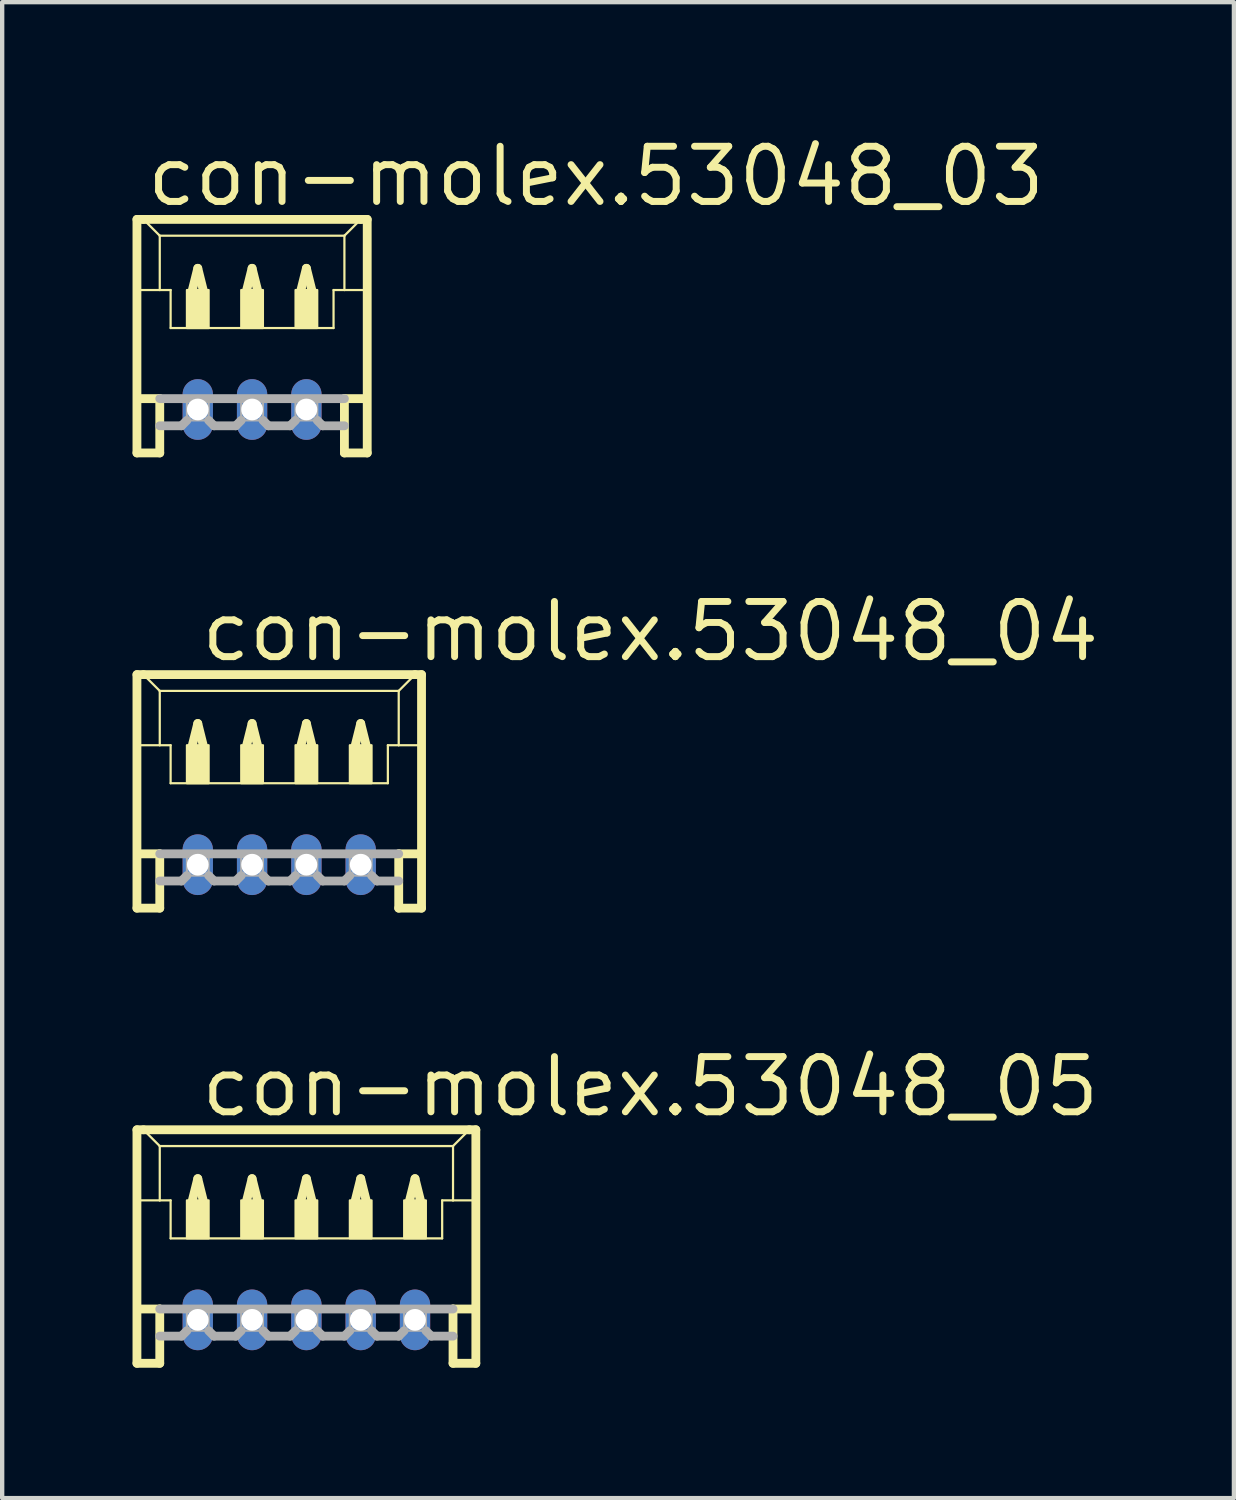
<source format=kicad_pcb>
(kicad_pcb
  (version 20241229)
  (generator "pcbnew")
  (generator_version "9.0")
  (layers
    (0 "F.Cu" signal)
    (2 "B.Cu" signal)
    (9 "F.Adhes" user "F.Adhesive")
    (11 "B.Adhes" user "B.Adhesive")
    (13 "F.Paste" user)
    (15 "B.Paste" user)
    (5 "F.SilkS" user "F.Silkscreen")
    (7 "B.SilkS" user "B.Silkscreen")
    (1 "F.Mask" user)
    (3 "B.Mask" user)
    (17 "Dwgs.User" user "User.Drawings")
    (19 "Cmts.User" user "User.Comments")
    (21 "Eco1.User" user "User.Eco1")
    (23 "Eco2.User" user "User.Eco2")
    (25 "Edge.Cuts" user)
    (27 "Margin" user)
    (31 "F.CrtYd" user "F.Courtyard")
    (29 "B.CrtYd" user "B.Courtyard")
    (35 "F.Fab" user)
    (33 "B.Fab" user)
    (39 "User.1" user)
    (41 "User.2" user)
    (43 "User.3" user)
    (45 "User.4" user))
  (footprint "con-molex.53048_03"
    (layer "F.Cu")
    (at 2.752 5.125)
    (property "Reference" "con-molex.53048_03" (at -2.5 -3.375 0) (layer "F.SilkS") (effects (font (size 1.27 1.27) (thickness 0.16)) (justify left bottom)))
    (attr through_hole)
    (fp_line (start -2.65 -3.125) (end -2.65 2.25) (stroke (width 0.203) (type default)) (layer "F.SilkS"))
    (fp_line (start -2.65 2.25) (end -2.125 2.25) (stroke (width 0.203) (type default)) (layer "F.SilkS"))
    (fp_line (start -2.625 -1.5) (end -2.125 -1.5) (stroke (width 0.051) (type default)) (layer "F.SilkS"))
    (fp_line (start -2.625 1) (end -2.125 1) (stroke (width 0.203) (type default)) (layer "F.SilkS"))
    (fp_line (start -2.5 -3.125) (end -2.65 -3.125) (stroke (width 0.203) (type default)) (layer "F.SilkS"))
    (fp_line (start -2.125 -2.75) (end -2.5 -3.125) (stroke (width 0.051) (type default)) (layer "F.SilkS"))
    (fp_line (start -2.125 -2.75) (end 2.125 -2.75) (stroke (width 0.051) (type default)) (layer "F.SilkS"))
    (fp_line (start -2.125 -1.5) (end -2.125 -2.75) (stroke (width 0.051) (type default)) (layer "F.SilkS"))
    (fp_line (start -2.125 -1.5) (end -1.875 -1.5) (stroke (width 0.051) (type default)) (layer "F.SilkS"))
    (fp_line (start -2.125 1) (end -2.125 2.25) (stroke (width 0.203) (type default)) (layer "F.SilkS"))
    (fp_line (start -1.875 -1.5) (end -1.875 -0.625) (stroke (width 0.051) (type default)) (layer "F.SilkS"))
    (fp_line (start -1.875 -0.625) (end 1.875 -0.625) (stroke (width 0.051) (type default)) (layer "F.SilkS"))
    (fp_line (start -1.375 -1.5) (end -1.25 -2) (stroke (width 0.203) (type default)) (layer "F.SilkS"))
    (fp_line (start -1.25 -2) (end -1.125 -1.5) (stroke (width 0.203) (type default)) (layer "F.SilkS"))
    (fp_line (start -0.125 -1.5) (end 0 -2) (stroke (width 0.203) (type default)) (layer "F.SilkS"))
    (fp_line (start 0 -2) (end 0.125 -1.5) (stroke (width 0.203) (type default)) (layer "F.SilkS"))
    (fp_line (start 1.125 -1.5) (end 1.25 -2) (stroke (width 0.203) (type default)) (layer "F.SilkS"))
    (fp_line (start 1.25 -2) (end 1.375 -1.5) (stroke (width 0.203) (type default)) (layer "F.SilkS"))
    (fp_line (start 1.875 -1.5) (end 1.875 -0.625) (stroke (width 0.051) (type default)) (layer "F.SilkS"))
    (fp_line (start 1.875 -1.5) (end 2.125 -1.5) (stroke (width 0.051) (type default)) (layer "F.SilkS"))
    (fp_line (start 2.125 -2.75) (end 2.125 -1.5) (stroke (width 0.051) (type default)) (layer "F.SilkS"))
    (fp_line (start 2.125 -2.75) (end 2.5 -3.125) (stroke (width 0.051) (type default)) (layer "F.SilkS"))
    (fp_line (start 2.125 -1.5) (end 2.625 -1.5) (stroke (width 0.051) (type default)) (layer "F.SilkS"))
    (fp_line (start 2.125 1) (end 2.125 2.25) (stroke (width 0.203) (type default)) (layer "F.SilkS"))
    (fp_line (start 2.125 1) (end 2.625 1) (stroke (width 0.203) (type default)) (layer "F.SilkS"))
    (fp_line (start 2.125 2.25) (end 2.65 2.25) (stroke (width 0.203) (type default)) (layer "F.SilkS"))
    (fp_line (start 2.5 -3.125) (end -2.5 -3.125) (stroke (width 0.203) (type default)) (layer "F.SilkS"))
    (fp_line (start 2.65 -3.125) (end 2.5 -3.125) (stroke (width 0.203) (type default)) (layer "F.SilkS"))
    (fp_line (start 2.65 2.25) (end 2.65 -3.125) (stroke (width 0.203) (type default)) (layer "F.SilkS"))
    (fp_rect (start -1.5 -0.625) (end -1 -1.5) (stroke (width 0.05) (type default)) (fill yes) (layer "F.SilkS"))
    (fp_rect (start -0.25 -0.625) (end 0.25 -1.5) (stroke (width 0.05) (type default)) (fill yes) (layer "F.SilkS"))
    (fp_rect (start 1 -0.625) (end 1.5 -1.5) (stroke (width 0.05) (type default)) (fill yes) (layer "F.SilkS"))
    (fp_line (start -2.125 1) (end 2.125 1) (stroke (width 0.203) (type default)) (layer "F.Fab"))
    (fp_line (start -1.625 1.625) (end -2.125 1.625) (stroke (width 0.203) (type default)) (layer "F.Fab"))
    (fp_line (start -1.5 1.5) (end -1.625 1.625) (stroke (width 0.203) (type default)) (layer "F.Fab"))
    (fp_line (start -1 1.5) (end -0.875 1.625) (stroke (width 0.203) (type default)) (layer "F.Fab"))
    (fp_line (start -0.375 1.625) (end -0.875 1.625) (stroke (width 0.203) (type default)) (layer "F.Fab"))
    (fp_line (start -0.25 1.5) (end -0.375 1.625) (stroke (width 0.203) (type default)) (layer "F.Fab"))
    (fp_line (start 0.25 1.5) (end 0.375 1.625) (stroke (width 0.203) (type default)) (layer "F.Fab"))
    (fp_line (start 0.875 1.625) (end 0.375 1.625) (stroke (width 0.203) (type default)) (layer "F.Fab"))
    (fp_line (start 1 1.5) (end 0.875 1.625) (stroke (width 0.203) (type default)) (layer "F.Fab"))
    (fp_line (start 1.5 1.5) (end 1.625 1.625) (stroke (width 0.203) (type default)) (layer "F.Fab"))
    (fp_line (start 2.125 1.625) (end 1.625 1.625) (stroke (width 0.203) (type default)) (layer "F.Fab"))
    (fp_rect (start -1.5 1.5) (end -1 1) (stroke (width 0.05) (type default)) (fill no) (layer "F.Fab"))
    (fp_rect (start -0.25 1.5) (end 0.25 1) (stroke (width 0.05) (type default)) (fill no) (layer "F.Fab"))
    (fp_rect (start 1 1.5) (end 1.5 1) (stroke (width 0.05) (type default)) (fill no) (layer "F.Fab"))
    (pad "1" thru_hole oval (at 1.25 1.25 90) (size 1.397 0.698) (drill 0.5) (layers "*.Cu" "*.Mask"))
    (pad "2" thru_hole oval (at 0 1.25 90) (size 1.397 0.698) (drill 0.5) (layers "*.Cu" "*.Mask"))
    (pad "3" thru_hole oval (at -1.25 1.25 90) (size 1.397 0.698) (drill 0.5) (layers "*.Cu" "*.Mask")))
  (footprint "con-molex.53048_04"
    (layer "F.Cu")
    (at 3.377 15.602)
    (property "Reference" "con-molex.53048_04" (at -1.875 -3.375 0) (layer "F.SilkS") (effects (font (size 1.27 1.27) (thickness 0.16)) (justify left bottom)))
    (attr through_hole)
    (fp_line (start -3.275 -3.125) (end -3.275 2.25) (stroke (width 0.203) (type default)) (layer "F.SilkS"))
    (fp_line (start -3.275 2.25) (end -2.75 2.25) (stroke (width 0.203) (type default)) (layer "F.SilkS"))
    (fp_line (start -3.25 -1.5) (end -2.75 -1.5) (stroke (width 0.051) (type default)) (layer "F.SilkS"))
    (fp_line (start -3.25 1) (end -2.75 1) (stroke (width 0.203) (type default)) (layer "F.SilkS"))
    (fp_line (start -3.125 -3.125) (end -3.275 -3.125) (stroke (width 0.203) (type default)) (layer "F.SilkS"))
    (fp_line (start -2.75 -2.75) (end -3.125 -3.125) (stroke (width 0.051) (type default)) (layer "F.SilkS"))
    (fp_line (start -2.75 -2.75) (end 2.75 -2.75) (stroke (width 0.051) (type default)) (layer "F.SilkS"))
    (fp_line (start -2.75 -1.5) (end -2.75 -2.75) (stroke (width 0.051) (type default)) (layer "F.SilkS"))
    (fp_line (start -2.75 -1.5) (end -2.5 -1.5) (stroke (width 0.051) (type default)) (layer "F.SilkS"))
    (fp_line (start -2.75 1) (end -2.75 2.25) (stroke (width 0.203) (type default)) (layer "F.SilkS"))
    (fp_line (start -2.5 -1.5) (end -2.5 -0.625) (stroke (width 0.051) (type default)) (layer "F.SilkS"))
    (fp_line (start -2.5 -0.625) (end 2.5 -0.625) (stroke (width 0.051) (type default)) (layer "F.SilkS"))
    (fp_line (start -2 -1.5) (end -1.875 -2) (stroke (width 0.203) (type default)) (layer "F.SilkS"))
    (fp_line (start -1.875 -2) (end -1.75 -1.5) (stroke (width 0.203) (type default)) (layer "F.SilkS"))
    (fp_line (start -0.75 -1.5) (end -0.625 -2) (stroke (width 0.203) (type default)) (layer "F.SilkS"))
    (fp_line (start -0.625 -2) (end -0.5 -1.5) (stroke (width 0.203) (type default)) (layer "F.SilkS"))
    (fp_line (start 0.5 -1.5) (end 0.625 -2) (stroke (width 0.203) (type default)) (layer "F.SilkS"))
    (fp_line (start 0.625 -2) (end 0.75 -1.5) (stroke (width 0.203) (type default)) (layer "F.SilkS"))
    (fp_line (start 1.75 -1.5) (end 1.875 -2) (stroke (width 0.203) (type default)) (layer "F.SilkS"))
    (fp_line (start 1.875 -2) (end 2 -1.5) (stroke (width 0.203) (type default)) (layer "F.SilkS"))
    (fp_line (start 2.5 -1.5) (end 2.5 -0.625) (stroke (width 0.051) (type default)) (layer "F.SilkS"))
    (fp_line (start 2.5 -1.5) (end 2.75 -1.5) (stroke (width 0.051) (type default)) (layer "F.SilkS"))
    (fp_line (start 2.75 -2.75) (end 2.75 -1.5) (stroke (width 0.051) (type default)) (layer "F.SilkS"))
    (fp_line (start 2.75 -2.75) (end 3.125 -3.125) (stroke (width 0.051) (type default)) (layer "F.SilkS"))
    (fp_line (start 2.75 -1.5) (end 3.25 -1.5) (stroke (width 0.051) (type default)) (layer "F.SilkS"))
    (fp_line (start 2.75 1) (end 2.75 2.25) (stroke (width 0.203) (type default)) (layer "F.SilkS"))
    (fp_line (start 2.75 1) (end 3.25 1) (stroke (width 0.203) (type default)) (layer "F.SilkS"))
    (fp_line (start 2.75 2.25) (end 3.275 2.25) (stroke (width 0.203) (type default)) (layer "F.SilkS"))
    (fp_line (start 3.125 -3.125) (end -3.125 -3.125) (stroke (width 0.203) (type default)) (layer "F.SilkS"))
    (fp_line (start 3.275 -3.125) (end 3.125 -3.125) (stroke (width 0.203) (type default)) (layer "F.SilkS"))
    (fp_line (start 3.275 2.25) (end 3.275 -3.125) (stroke (width 0.203) (type default)) (layer "F.SilkS"))
    (fp_rect (start -2.125 -0.625) (end -1.625 -1.5) (stroke (width 0.05) (type default)) (fill yes) (layer "F.SilkS"))
    (fp_rect (start -0.875 -0.625) (end -0.375 -1.5) (stroke (width 0.05) (type default)) (fill yes) (layer "F.SilkS"))
    (fp_rect (start 0.375 -0.625) (end 0.875 -1.5) (stroke (width 0.05) (type default)) (fill yes) (layer "F.SilkS"))
    (fp_rect (start 1.625 -0.625) (end 2.125 -1.5) (stroke (width 0.05) (type default)) (fill yes) (layer "F.SilkS"))
    (fp_line (start -2.75 1) (end 2.75 1) (stroke (width 0.203) (type default)) (layer "F.Fab"))
    (fp_line (start -2.25 1.625) (end -2.75 1.625) (stroke (width 0.203) (type default)) (layer "F.Fab"))
    (fp_line (start -2.125 1.5) (end -2.25 1.625) (stroke (width 0.203) (type default)) (layer "F.Fab"))
    (fp_line (start -1.625 1.5) (end -1.5 1.625) (stroke (width 0.203) (type default)) (layer "F.Fab"))
    (fp_line (start -1 1.625) (end -1.5 1.625) (stroke (width 0.203) (type default)) (layer "F.Fab"))
    (fp_line (start -0.875 1.5) (end -1 1.625) (stroke (width 0.203) (type default)) (layer "F.Fab"))
    (fp_line (start -0.375 1.5) (end -0.25 1.625) (stroke (width 0.203) (type default)) (layer "F.Fab"))
    (fp_line (start 0.25 1.625) (end -0.25 1.625) (stroke (width 0.203) (type default)) (layer "F.Fab"))
    (fp_line (start 0.375 1.5) (end 0.25 1.625) (stroke (width 0.203) (type default)) (layer "F.Fab"))
    (fp_line (start 0.875 1.5) (end 1 1.625) (stroke (width 0.203) (type default)) (layer "F.Fab"))
    (fp_line (start 1.5 1.625) (end 1 1.625) (stroke (width 0.203) (type default)) (layer "F.Fab"))
    (fp_line (start 1.625 1.5) (end 1.5 1.625) (stroke (width 0.203) (type default)) (layer "F.Fab"))
    (fp_line (start 2.125 1.5) (end 2.25 1.625) (stroke (width 0.203) (type default)) (layer "F.Fab"))
    (fp_line (start 2.75 1.625) (end 2.25 1.625) (stroke (width 0.203) (type default)) (layer "F.Fab"))
    (fp_rect (start -2.125 1.5) (end -1.625 1) (stroke (width 0.05) (type default)) (fill no) (layer "F.Fab"))
    (fp_rect (start -0.875 1.5) (end -0.375 1) (stroke (width 0.05) (type default)) (fill no) (layer "F.Fab"))
    (fp_rect (start 0.375 1.5) (end 0.875 1) (stroke (width 0.05) (type default)) (fill no) (layer "F.Fab"))
    (fp_rect (start 1.625 1.5) (end 2.125 1) (stroke (width 0.05) (type default)) (fill no) (layer "F.Fab"))
    (pad "1" thru_hole oval (at 1.875 1.25 90) (size 1.397 0.698) (drill 0.5) (layers "*.Cu" "*.Mask"))
    (pad "2" thru_hole oval (at 0.625 1.25 90) (size 1.397 0.698) (drill 0.5) (layers "*.Cu" "*.Mask"))
    (pad "3" thru_hole oval (at -0.625 1.25 90) (size 1.397 0.698) (drill 0.5) (layers "*.Cu" "*.Mask"))
    (pad "4" thru_hole oval (at -1.875 1.25 90) (size 1.397 0.698) (drill 0.5) (layers "*.Cu" "*.Mask")))
  (footprint "con-molex.53048_05"
    (layer "F.Cu")
    (at 4.002 26.078)
    (property "Reference" "con-molex.53048_05" (at -2.5 -3.375 0) (layer "F.SilkS") (effects (font (size 1.27 1.27) (thickness 0.16)) (justify left bottom)))
    (attr through_hole)
    (fp_line (start -3.9 -3.125) (end -3.9 2.25) (stroke (width 0.203) (type default)) (layer "F.SilkS"))
    (fp_line (start -3.9 2.25) (end -3.375 2.25) (stroke (width 0.203) (type default)) (layer "F.SilkS"))
    (fp_line (start -3.875 -1.5) (end -3.375 -1.5) (stroke (width 0.051) (type default)) (layer "F.SilkS"))
    (fp_line (start -3.875 1) (end -3.375 1) (stroke (width 0.203) (type default)) (layer "F.SilkS"))
    (fp_line (start -3.75 -3.125) (end -3.9 -3.125) (stroke (width 0.203) (type default)) (layer "F.SilkS"))
    (fp_line (start -3.375 -2.75) (end -3.75 -3.125) (stroke (width 0.051) (type default)) (layer "F.SilkS"))
    (fp_line (start -3.375 -2.75) (end 3.375 -2.75) (stroke (width 0.051) (type default)) (layer "F.SilkS"))
    (fp_line (start -3.375 -1.5) (end -3.375 -2.75) (stroke (width 0.051) (type default)) (layer "F.SilkS"))
    (fp_line (start -3.375 -1.5) (end -3.125 -1.5) (stroke (width 0.051) (type default)) (layer "F.SilkS"))
    (fp_line (start -3.375 1) (end -3.375 2.25) (stroke (width 0.203) (type default)) (layer "F.SilkS"))
    (fp_line (start -3.125 -1.5) (end -3.125 -0.625) (stroke (width 0.051) (type default)) (layer "F.SilkS"))
    (fp_line (start -3.125 -0.625) (end 3.125 -0.625) (stroke (width 0.051) (type default)) (layer "F.SilkS"))
    (fp_line (start -2.625 -1.5) (end -2.5 -2) (stroke (width 0.203) (type default)) (layer "F.SilkS"))
    (fp_line (start -2.5 -2) (end -2.375 -1.5) (stroke (width 0.203) (type default)) (layer "F.SilkS"))
    (fp_line (start -1.375 -1.5) (end -1.25 -2) (stroke (width 0.203) (type default)) (layer "F.SilkS"))
    (fp_line (start -1.25 -2) (end -1.125 -1.5) (stroke (width 0.203) (type default)) (layer "F.SilkS"))
    (fp_line (start -0.125 -1.5) (end 0 -2) (stroke (width 0.203) (type default)) (layer "F.SilkS"))
    (fp_line (start 0 -2) (end 0.125 -1.5) (stroke (width 0.203) (type default)) (layer "F.SilkS"))
    (fp_line (start 1.125 -1.5) (end 1.25 -2) (stroke (width 0.203) (type default)) (layer "F.SilkS"))
    (fp_line (start 1.25 -2) (end 1.375 -1.5) (stroke (width 0.203) (type default)) (layer "F.SilkS"))
    (fp_line (start 2.375 -1.5) (end 2.5 -2) (stroke (width 0.203) (type default)) (layer "F.SilkS"))
    (fp_line (start 2.5 -2) (end 2.625 -1.5) (stroke (width 0.203) (type default)) (layer "F.SilkS"))
    (fp_line (start 3.125 -1.5) (end 3.125 -0.625) (stroke (width 0.051) (type default)) (layer "F.SilkS"))
    (fp_line (start 3.125 -1.5) (end 3.375 -1.5) (stroke (width 0.051) (type default)) (layer "F.SilkS"))
    (fp_line (start 3.375 -2.75) (end 3.375 -1.5) (stroke (width 0.051) (type default)) (layer "F.SilkS"))
    (fp_line (start 3.375 -2.75) (end 3.75 -3.125) (stroke (width 0.051) (type default)) (layer "F.SilkS"))
    (fp_line (start 3.375 -1.5) (end 3.875 -1.5) (stroke (width 0.051) (type default)) (layer "F.SilkS"))
    (fp_line (start 3.375 1) (end 3.375 2.25) (stroke (width 0.203) (type default)) (layer "F.SilkS"))
    (fp_line (start 3.375 1) (end 3.875 1) (stroke (width 0.203) (type default)) (layer "F.SilkS"))
    (fp_line (start 3.375 2.25) (end 3.9 2.25) (stroke (width 0.203) (type default)) (layer "F.SilkS"))
    (fp_line (start 3.75 -3.125) (end -3.75 -3.125) (stroke (width 0.203) (type default)) (layer "F.SilkS"))
    (fp_line (start 3.9 -3.125) (end 3.75 -3.125) (stroke (width 0.203) (type default)) (layer "F.SilkS"))
    (fp_line (start 3.9 2.25) (end 3.9 -3.125) (stroke (width 0.203) (type default)) (layer "F.SilkS"))
    (fp_rect (start -2.75 -0.625) (end -2.25 -1.5) (stroke (width 0.05) (type default)) (fill yes) (layer "F.SilkS"))
    (fp_rect (start -1.5 -0.625) (end -1 -1.5) (stroke (width 0.05) (type default)) (fill yes) (layer "F.SilkS"))
    (fp_rect (start -0.25 -0.625) (end 0.25 -1.5) (stroke (width 0.05) (type default)) (fill yes) (layer "F.SilkS"))
    (fp_rect (start 1 -0.625) (end 1.5 -1.5) (stroke (width 0.05) (type default)) (fill yes) (layer "F.SilkS"))
    (fp_rect (start 2.25 -0.625) (end 2.75 -1.5) (stroke (width 0.05) (type default)) (fill yes) (layer "F.SilkS"))
    (fp_line (start -3.375 1) (end 3.375 1) (stroke (width 0.203) (type default)) (layer "F.Fab"))
    (fp_line (start -2.875 1.625) (end -3.375 1.625) (stroke (width 0.203) (type default)) (layer "F.Fab"))
    (fp_line (start -2.75 1.5) (end -2.875 1.625) (stroke (width 0.203) (type default)) (layer "F.Fab"))
    (fp_line (start -2.25 1.5) (end -2.125 1.625) (stroke (width 0.203) (type default)) (layer "F.Fab"))
    (fp_line (start -1.625 1.625) (end -2.125 1.625) (stroke (width 0.203) (type default)) (layer "F.Fab"))
    (fp_line (start -1.5 1.5) (end -1.625 1.625) (stroke (width 0.203) (type default)) (layer "F.Fab"))
    (fp_line (start -1 1.5) (end -0.875 1.625) (stroke (width 0.203) (type default)) (layer "F.Fab"))
    (fp_line (start -0.375 1.625) (end -0.875 1.625) (stroke (width 0.203) (type default)) (layer "F.Fab"))
    (fp_line (start -0.25 1.5) (end -0.375 1.625) (stroke (width 0.203) (type default)) (layer "F.Fab"))
    (fp_line (start 0.25 1.5) (end 0.375 1.625) (stroke (width 0.203) (type default)) (layer "F.Fab"))
    (fp_line (start 0.875 1.625) (end 0.375 1.625) (stroke (width 0.203) (type default)) (layer "F.Fab"))
    (fp_line (start 1 1.5) (end 0.875 1.625) (stroke (width 0.203) (type default)) (layer "F.Fab"))
    (fp_line (start 1.5 1.5) (end 1.625 1.625) (stroke (width 0.203) (type default)) (layer "F.Fab"))
    (fp_line (start 2.125 1.625) (end 1.625 1.625) (stroke (width 0.203) (type default)) (layer "F.Fab"))
    (fp_line (start 2.25 1.5) (end 2.125 1.625) (stroke (width 0.203) (type default)) (layer "F.Fab"))
    (fp_line (start 2.75 1.5) (end 2.875 1.625) (stroke (width 0.203) (type default)) (layer "F.Fab"))
    (fp_line (start 3.375 1.625) (end 2.875 1.625) (stroke (width 0.203) (type default)) (layer "F.Fab"))
    (fp_rect (start -2.75 1.5) (end -2.25 1) (stroke (width 0.05) (type default)) (fill no) (layer "F.Fab"))
    (fp_rect (start -1.5 1.5) (end -1 1) (stroke (width 0.05) (type default)) (fill no) (layer "F.Fab"))
    (fp_rect (start -0.25 1.5) (end 0.25 1) (stroke (width 0.05) (type default)) (fill no) (layer "F.Fab"))
    (fp_rect (start 1 1.5) (end 1.5 1) (stroke (width 0.05) (type default)) (fill no) (layer "F.Fab"))
    (fp_rect (start 2.25 1.5) (end 2.75 1) (stroke (width 0.05) (type default)) (fill no) (layer "F.Fab"))
    (pad "1" thru_hole oval (at 2.5 1.25 90) (size 1.397 0.698) (drill 0.5) (layers "*.Cu" "*.Mask"))
    (pad "2" thru_hole oval (at 1.25 1.25 90) (size 1.397 0.698) (drill 0.5) (layers "*.Cu" "*.Mask"))
    (pad "3" thru_hole oval (at 0 1.25 90) (size 1.397 0.698) (drill 0.5) (layers "*.Cu" "*.Mask"))
    (pad "4" thru_hole oval (at -1.25 1.25 90) (size 1.397 0.698) (drill 0.5) (layers "*.Cu" "*.Mask"))
    (pad "5" thru_hole oval (at -2.5 1.25 90) (size 1.397 0.698) (drill 0.5) (layers "*.Cu" "*.Mask")))
  (gr_rect
    (start -3 -3)
    (end 25.35 31.43)
    (stroke (width 0.1) (type default))
    (fill no)
    (layer "Edge.Cuts")))
</source>
